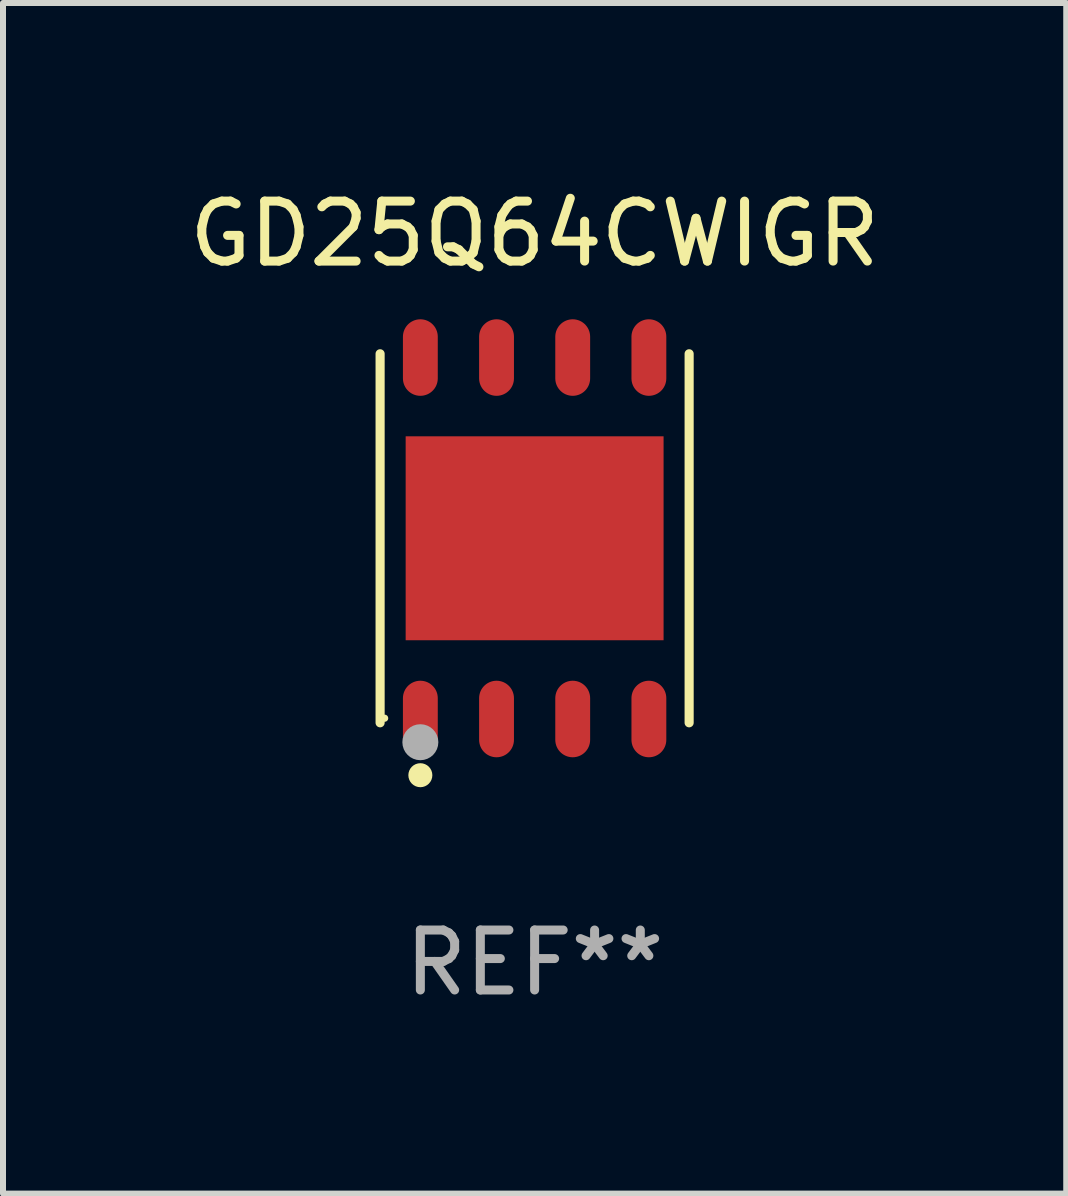
<source format=kicad_pcb>
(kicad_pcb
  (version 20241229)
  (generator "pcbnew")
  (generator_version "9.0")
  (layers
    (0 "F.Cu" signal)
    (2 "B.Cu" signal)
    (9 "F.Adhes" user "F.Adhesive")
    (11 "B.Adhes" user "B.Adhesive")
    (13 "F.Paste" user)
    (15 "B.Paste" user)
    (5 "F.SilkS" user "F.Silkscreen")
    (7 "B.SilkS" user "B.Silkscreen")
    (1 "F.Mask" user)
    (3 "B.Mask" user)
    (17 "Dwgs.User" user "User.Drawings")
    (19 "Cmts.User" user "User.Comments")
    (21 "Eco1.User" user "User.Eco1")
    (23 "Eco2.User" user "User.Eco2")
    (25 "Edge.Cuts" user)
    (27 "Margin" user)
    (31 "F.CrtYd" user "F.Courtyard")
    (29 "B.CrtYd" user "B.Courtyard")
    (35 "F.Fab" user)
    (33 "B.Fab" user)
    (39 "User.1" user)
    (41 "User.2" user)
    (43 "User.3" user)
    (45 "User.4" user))
  (footprint "GD25Q64CWIGR"
    (layer "F.Cu")
    (at 5.863 5.924)
    (property "Reference" "GD25Q64CWIGR" (at 0 -5.076 0) (layer "F.SilkS") (effects (font (size 1 1) (thickness 0.15))))
    (attr through_hole)
    (fp_line (start -2.576 3.076) (end -2.576 -3.076) (stroke (width 0.152) (type solid)) (layer "F.SilkS"))
    (fp_line (start 2.576 -3.076) (end 2.576 3.076) (stroke (width 0.152) (type solid)) (layer "F.SilkS"))
    (fp_circle (center -2.5 3) (end -2.47 3) (stroke (width 0.06) (type solid)) (fill no) (layer "F.SilkS"))
    (fp_circle (center -1.905 3.95) (end -1.805 3.95) (stroke (width 0.2) (type solid)) (fill no) (layer "F.SilkS"))
    (fp_circle (center -1.905 3.4) (end -1.755 3.4) (stroke (width 0.3) (type solid)) (fill no) (layer "F.Fab"))
    (fp_text user "REF**" (at 0 7.076 0) (layer "F.Fab") (effects (font (size 1 1) (thickness 0.15))))
    (pad "1" smd oval (at -1.905 3.013) (size 0.581 1.276) (layers "F.Cu" "F.Mask" "F.Paste"))
    (pad "2" smd oval (at -0.635 3.013) (size 0.581 1.276) (layers "F.Cu" "F.Mask" "F.Paste"))
    (pad "3" smd oval (at 0.635 3.013) (size 0.581 1.276) (layers "F.Cu" "F.Mask" "F.Paste"))
    (pad "4" smd oval (at 1.905 3.013) (size 0.581 1.276) (layers "F.Cu" "F.Mask" "F.Paste"))
    (pad "5" smd oval (at 1.905 -3.013) (size 0.581 1.276) (layers "F.Cu" "F.Mask" "F.Paste"))
    (pad "6" smd oval (at 0.635 -3.013) (size 0.581 1.276) (layers "F.Cu" "F.Mask" "F.Paste"))
    (pad "7" smd oval (at -0.635 -3.013) (size 0.581 1.276) (layers "F.Cu" "F.Mask" "F.Paste"))
    (pad "8" smd oval (at -1.905 -3.013) (size 0.581 1.276) (layers "F.Cu" "F.Mask" "F.Paste"))
    (pad "9" smd rect (at 0 0) (size 4.3 3.4) (layers "F.Cu" "F.Mask" "F.Paste")))
  (gr_rect
    (start -3 -3)
    (end 14.726 16.849)
    (stroke (width 0.1) (type default))
    (fill no)
    (layer "Edge.Cuts")))
</source>
